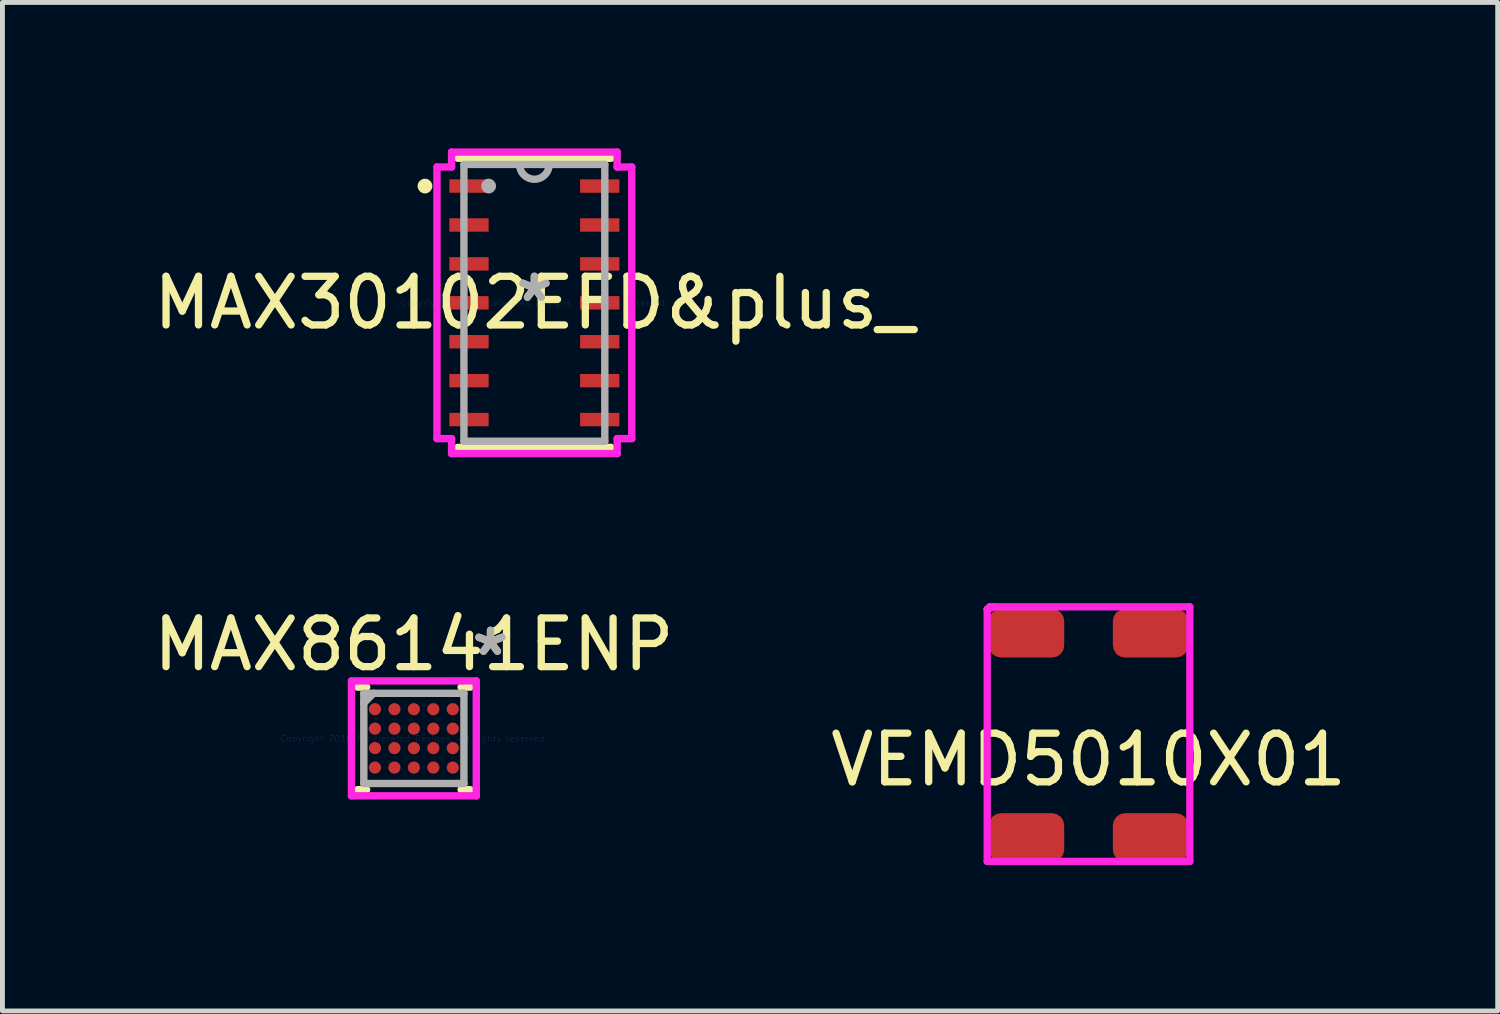
<source format=kicad_pcb>
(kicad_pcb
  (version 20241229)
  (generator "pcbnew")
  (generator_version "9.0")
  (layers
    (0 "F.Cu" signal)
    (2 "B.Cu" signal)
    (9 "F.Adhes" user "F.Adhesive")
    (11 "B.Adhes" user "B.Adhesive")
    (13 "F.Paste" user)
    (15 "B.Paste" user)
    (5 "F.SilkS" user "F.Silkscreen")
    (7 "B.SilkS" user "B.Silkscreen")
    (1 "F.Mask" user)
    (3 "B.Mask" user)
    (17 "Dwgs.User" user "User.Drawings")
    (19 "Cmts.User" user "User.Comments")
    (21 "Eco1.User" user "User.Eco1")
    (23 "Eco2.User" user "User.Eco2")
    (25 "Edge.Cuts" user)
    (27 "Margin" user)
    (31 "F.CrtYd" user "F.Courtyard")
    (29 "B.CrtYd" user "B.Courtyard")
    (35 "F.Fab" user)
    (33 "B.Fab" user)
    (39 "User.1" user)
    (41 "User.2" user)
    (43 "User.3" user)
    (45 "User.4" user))
  (footprint "MAX30102EFD&plus_"
    (layer "F.Cu")
    (at 7.935 3.175)
    (property "Reference" "MAX30102EFD&plus_" (at 0 0 0) (layer "F.SilkS") (effects (font (size 1 1) (thickness 0.15))))
    (attr through_hole)
    (fp_line (start -1.575 2.972) (end 1.575 2.972) (stroke (width 0.152) (type solid)) (layer "F.SilkS"))
    (fp_line (start 1.575 -2.972) (end -1.575 -2.972) (stroke (width 0.152) (type solid)) (layer "F.SilkS"))
    (fp_circle (center -2.249 -2.4) (end -2.173 -2.4) (stroke (width 0.152) (type solid)) (fill no) (layer "F.SilkS"))
    (fp_line (start -2.002 -2.792) (end -1.702 -2.792) (stroke (width 0.152) (type solid)) (layer "F.CrtYd"))
    (fp_line (start -2.002 2.792) (end -2.002 -2.792) (stroke (width 0.152) (type solid)) (layer "F.CrtYd"))
    (fp_line (start -1.702 -3.099) (end 1.702 -3.099) (stroke (width 0.152) (type solid)) (layer "F.CrtYd"))
    (fp_line (start -1.702 -2.792) (end -1.702 -3.099) (stroke (width 0.152) (type solid)) (layer "F.CrtYd"))
    (fp_line (start -1.702 2.792) (end -2.002 2.792) (stroke (width 0.152) (type solid)) (layer "F.CrtYd"))
    (fp_line (start -1.702 3.099) (end -1.702 2.792) (stroke (width 0.152) (type solid)) (layer "F.CrtYd"))
    (fp_line (start 1.702 -3.099) (end 1.702 -2.792) (stroke (width 0.152) (type solid)) (layer "F.CrtYd"))
    (fp_line (start 1.702 -2.792) (end 2.002 -2.792) (stroke (width 0.152) (type solid)) (layer "F.CrtYd"))
    (fp_line (start 1.702 2.792) (end 1.702 3.099) (stroke (width 0.152) (type solid)) (layer "F.CrtYd"))
    (fp_line (start 1.702 3.099) (end -1.702 3.099) (stroke (width 0.152) (type solid)) (layer "F.CrtYd"))
    (fp_line (start 2.002 -2.792) (end 2.002 2.792) (stroke (width 0.152) (type solid)) (layer "F.CrtYd"))
    (fp_line (start 2.002 2.792) (end 1.702 2.792) (stroke (width 0.152) (type solid)) (layer "F.CrtYd"))
    (fp_line (start -1.448 -2.845) (end -1.448 2.845) (stroke (width 0.152) (type solid)) (layer "F.Fab"))
    (fp_line (start -1.448 2.845) (end 1.448 2.845) (stroke (width 0.152) (type solid)) (layer "F.Fab"))
    (fp_line (start 1.448 -2.845) (end -1.448 -2.845) (stroke (width 0.152) (type solid)) (layer "F.Fab"))
    (fp_line (start 1.448 2.845) (end 1.448 -2.845) (stroke (width 0.152) (type solid)) (layer "F.Fab"))
    (fp_arc (start 0.3048 -2.8448) (mid 0 -2.54) (end -0.3048 -2.8448) (stroke (width 0.1524) (type solid)) (layer "F.Fab"))
    (fp_circle (center -0.94 -2.4) (end -0.864 -2.4) (stroke (width 0.152) (type solid)) (fill no) (layer "F.Fab"))
    (fp_text user "*" (at 0 0 0) (layer "F.SilkS") (effects (font (size 1 1) (thickness 0.15))))
    (fp_text user "Copyright 2016 Accelerated Designs. All rights reserved." (at 0 0 0) (layer "Cmts.User") (effects (font (size 0.127 0.127) (thickness 0.002))))
    (fp_text user "*" (at 0 0 0) (layer "F.Fab") (effects (font (size 1 1) (thickness 0.15))))
    (pad "1" smd rect (at -1.344 -2.4) (size 0.808 0.276) (layers "F.Cu" "F.Mask" "F.Paste"))
    (pad "2" smd rect (at -1.344 -1.6) (size 0.808 0.276) (layers "F.Cu" "F.Mask" "F.Paste"))
    (pad "3" smd rect (at -1.344 -0.8) (size 0.808 0.276) (layers "F.Cu" "F.Mask" "F.Paste"))
    (pad "4" smd rect (at -1.344 0) (size 0.808 0.276) (layers "F.Cu" "F.Mask" "F.Paste"))
    (pad "5" smd rect (at -1.344 0.8) (size 0.808 0.276) (layers "F.Cu" "F.Mask" "F.Paste"))
    (pad "6" smd rect (at -1.344 1.6) (size 0.808 0.276) (layers "F.Cu" "F.Mask" "F.Paste"))
    (pad "7" smd rect (at -1.344 2.4) (size 0.808 0.276) (layers "F.Cu" "F.Mask" "F.Paste"))
    (pad "8" smd rect (at 1.344 2.4) (size 0.808 0.276) (layers "F.Cu" "F.Mask" "F.Paste"))
    (pad "9" smd rect (at 1.344 1.6) (size 0.808 0.276) (layers "F.Cu" "F.Mask" "F.Paste"))
    (pad "10" smd rect (at 1.344 0.8) (size 0.808 0.276) (layers "F.Cu" "F.Mask" "F.Paste"))
    (pad "11" smd rect (at 1.344 0) (size 0.808 0.276) (layers "F.Cu" "F.Mask" "F.Paste"))
    (pad "12" smd rect (at 1.344 -0.8) (size 0.808 0.276) (layers "F.Cu" "F.Mask" "F.Paste"))
    (pad "13" smd rect (at 1.344 -1.6) (size 0.808 0.276) (layers "F.Cu" "F.Mask" "F.Paste"))
    (pad "14" smd rect (at 1.344 -2.4) (size 0.808 0.276) (layers "F.Cu" "F.Mask" "F.Paste")))
  (footprint "VEMD5010X01"
    (layer "F.Cu")
    (at 19.327 12.067)
    (property "Reference" "VEMD5010X01" (at 0 0.5 0) (layer "F.SilkS") (effects (font (size 1 1) (thickness 0.15))))
    (attr through_hole)
    (fp_line (start -2.083 -2.591) (end -2.083 2.591) (stroke (width 0.15) (type solid)) (layer "F.CrtYd"))
    (fp_line (start -2.083 -2.591) (end -1.93 -2.642) (stroke (width 0.15) (type solid)) (layer "F.CrtYd"))
    (fp_line (start -2.083 2.591) (end 2.083 2.591) (stroke (width 0.15) (type solid)) (layer "F.CrtYd"))
    (fp_line (start -2.032 -2.642) (end -2.083 -2.591) (stroke (width 0.15) (type solid)) (layer "F.CrtYd"))
    (fp_line (start 2.083 -2.642) (end -2.032 -2.642) (stroke (width 0.15) (type solid)) (layer "F.CrtYd"))
    (fp_line (start 2.083 2.591) (end 2.083 -2.642) (stroke (width 0.15) (type solid)) (layer "F.CrtYd"))
    (pad "1" smd roundrect (at -1.275 -2.1) (size 1.55 1) (layers "F.Cu" "F.Mask" "F.Paste") (roundrect_rratio 0.25))
    (pad "2" smd roundrect (at 1.275 -2.1) (size 1.55 1) (layers "F.Cu" "F.Mask" "F.Paste") (roundrect_rratio 0.25))
    (pad "3" smd roundrect (at -1.275 2.1) (size 1.55 1) (layers "F.Cu" "F.Mask" "F.Paste") (roundrect_rratio 0.25))
    (pad "4" smd roundrect (at 1.275 2.1) (size 1.55 1) (layers "F.Cu" "F.Mask" "F.Paste") (roundrect_rratio 0.25)))
  (footprint "MAX86141ENP"
    (layer "F.Cu")
    (at 5.458 12.129)
    (property "Reference" "MAX86141ENP" (at 0 -1.93 0) (layer "F.SilkS") (effects (font (size 1 1) (thickness 0.15))))
    (attr smd)
    (fp_line (start -1.156 1.054) (end -0.971 1.054) (stroke (width 0.152) (type solid)) (layer "F.SilkS"))
    (fp_line (start -0.971 -1.054) (end -1.156 -1.054) (stroke (width 0.152) (type solid)) (layer "F.SilkS"))
    (fp_line (start 0.971 1.054) (end 1.156 1.054) (stroke (width 0.152) (type solid)) (layer "F.SilkS"))
    (fp_line (start 1.156 -1.054) (end 0.971 -1.054) (stroke (width 0.152) (type solid)) (layer "F.SilkS"))
    (fp_line (start -1.283 -1.181) (end 1.283 -1.181) (stroke (width 0.152) (type solid)) (layer "F.CrtYd"))
    (fp_line (start -1.283 1.181) (end -1.283 -1.181) (stroke (width 0.152) (type solid)) (layer "F.CrtYd"))
    (fp_line (start 1.283 -1.181) (end 1.283 1.181) (stroke (width 0.152) (type solid)) (layer "F.CrtYd"))
    (fp_line (start 1.283 1.181) (end -1.283 1.181) (stroke (width 0.152) (type solid)) (layer "F.CrtYd"))
    (fp_line (start -1.029 -0.927) (end -1.029 0.927) (stroke (width 0.152) (type solid)) (layer "F.Fab"))
    (fp_line (start -1.029 0.927) (end 1.029 0.927) (stroke (width 0.152) (type solid)) (layer "F.Fab"))
    (fp_line (start -0.829 -0.927) (end -1.029 -0.727) (stroke (width 0.152) (type solid)) (layer "F.Fab"))
    (fp_line (start 1.029 -0.927) (end -1.029 -0.927) (stroke (width 0.152) (type solid)) (layer "F.Fab"))
    (fp_line (start 1.029 0.927) (end 1.029 -0.927) (stroke (width 0.152) (type solid)) (layer "F.Fab"))
    (fp_text user "*" (at 1.575 -1.676 0) (layer "F.SilkS") (effects (font (size 1 1) (thickness 0.15))))
    (fp_text user "Copyright 2016 Accelerated Designs. All rights reserved." (at 0 0 0) (layer "Cmts.User") (effects (font (size 0.127 0.127) (thickness 0.002))))
    (fp_text user "*" (at 1.575 -1.676 0) (layer "F.Fab") (effects (font (size 1 1) (thickness 0.15))))
    (pad "A1" smd circle (at -0.8 -0.6) (size 0.25 0.25) (layers "F.Cu" "F.Mask" "F.Paste"))
    (pad "A2" smd circle (at -0.4 -0.6) (size 0.25 0.25) (layers "F.Cu" "F.Mask" "F.Paste"))
    (pad "A3" smd circle (at 0 -0.6) (size 0.25 0.25) (layers "F.Cu" "F.Mask" "F.Paste"))
    (pad "A4" smd circle (at 0.4 -0.6) (size 0.25 0.25) (layers "F.Cu" "F.Mask" "F.Paste"))
    (pad "A5" smd circle (at 0.8 -0.6) (size 0.25 0.25) (layers "F.Cu" "F.Mask" "F.Paste"))
    (pad "B1" smd circle (at -0.8 -0.2) (size 0.25 0.25) (layers "F.Cu" "F.Mask" "F.Paste"))
    (pad "B2" smd circle (at -0.4 -0.2) (size 0.25 0.25) (layers "F.Cu" "F.Mask" "F.Paste"))
    (pad "B3" smd circle (at 0 -0.2) (size 0.25 0.25) (layers "F.Cu" "F.Mask" "F.Paste"))
    (pad "B4" smd circle (at 0.4 -0.2) (size 0.25 0.25) (layers "F.Cu" "F.Mask" "F.Paste"))
    (pad "B5" smd circle (at 0.8 -0.2) (size 0.25 0.25) (layers "F.Cu" "F.Mask" "F.Paste"))
    (pad "C1" smd circle (at -0.8 0.2) (size 0.25 0.25) (layers "F.Cu" "F.Mask" "F.Paste"))
    (pad "C2" smd circle (at -0.4 0.2) (size 0.25 0.25) (layers "F.Cu" "F.Mask" "F.Paste"))
    (pad "C3" smd circle (at 0 0.2) (size 0.25 0.25) (layers "F.Cu" "F.Mask" "F.Paste"))
    (pad "C4" smd circle (at 0.4 0.2) (size 0.25 0.25) (layers "F.Cu" "F.Mask" "F.Paste"))
    (pad "C5" smd circle (at 0.8 0.2) (size 0.25 0.25) (layers "F.Cu" "F.Mask" "F.Paste"))
    (pad "D1" smd circle (at -0.8 0.6) (size 0.25 0.25) (layers "F.Cu" "F.Mask" "F.Paste"))
    (pad "D2" smd circle (at -0.4 0.6) (size 0.25 0.25) (layers "F.Cu" "F.Mask" "F.Paste"))
    (pad "D3" smd circle (at 0 0.6) (size 0.25 0.25) (layers "F.Cu" "F.Mask" "F.Paste"))
    (pad "D4" smd circle (at 0.4 0.6) (size 0.25 0.25) (layers "F.Cu" "F.Mask" "F.Paste"))
    (pad "D5" smd circle (at 0.8 0.6) (size 0.25 0.25) (layers "F.Cu" "F.Mask" "F.Paste")))
  (gr_rect
    (start -3 -3)
    (end 27.738 17.732)
    (stroke (width 0.1) (type default))
    (fill no)
    (layer "Edge.Cuts")))
</source>
